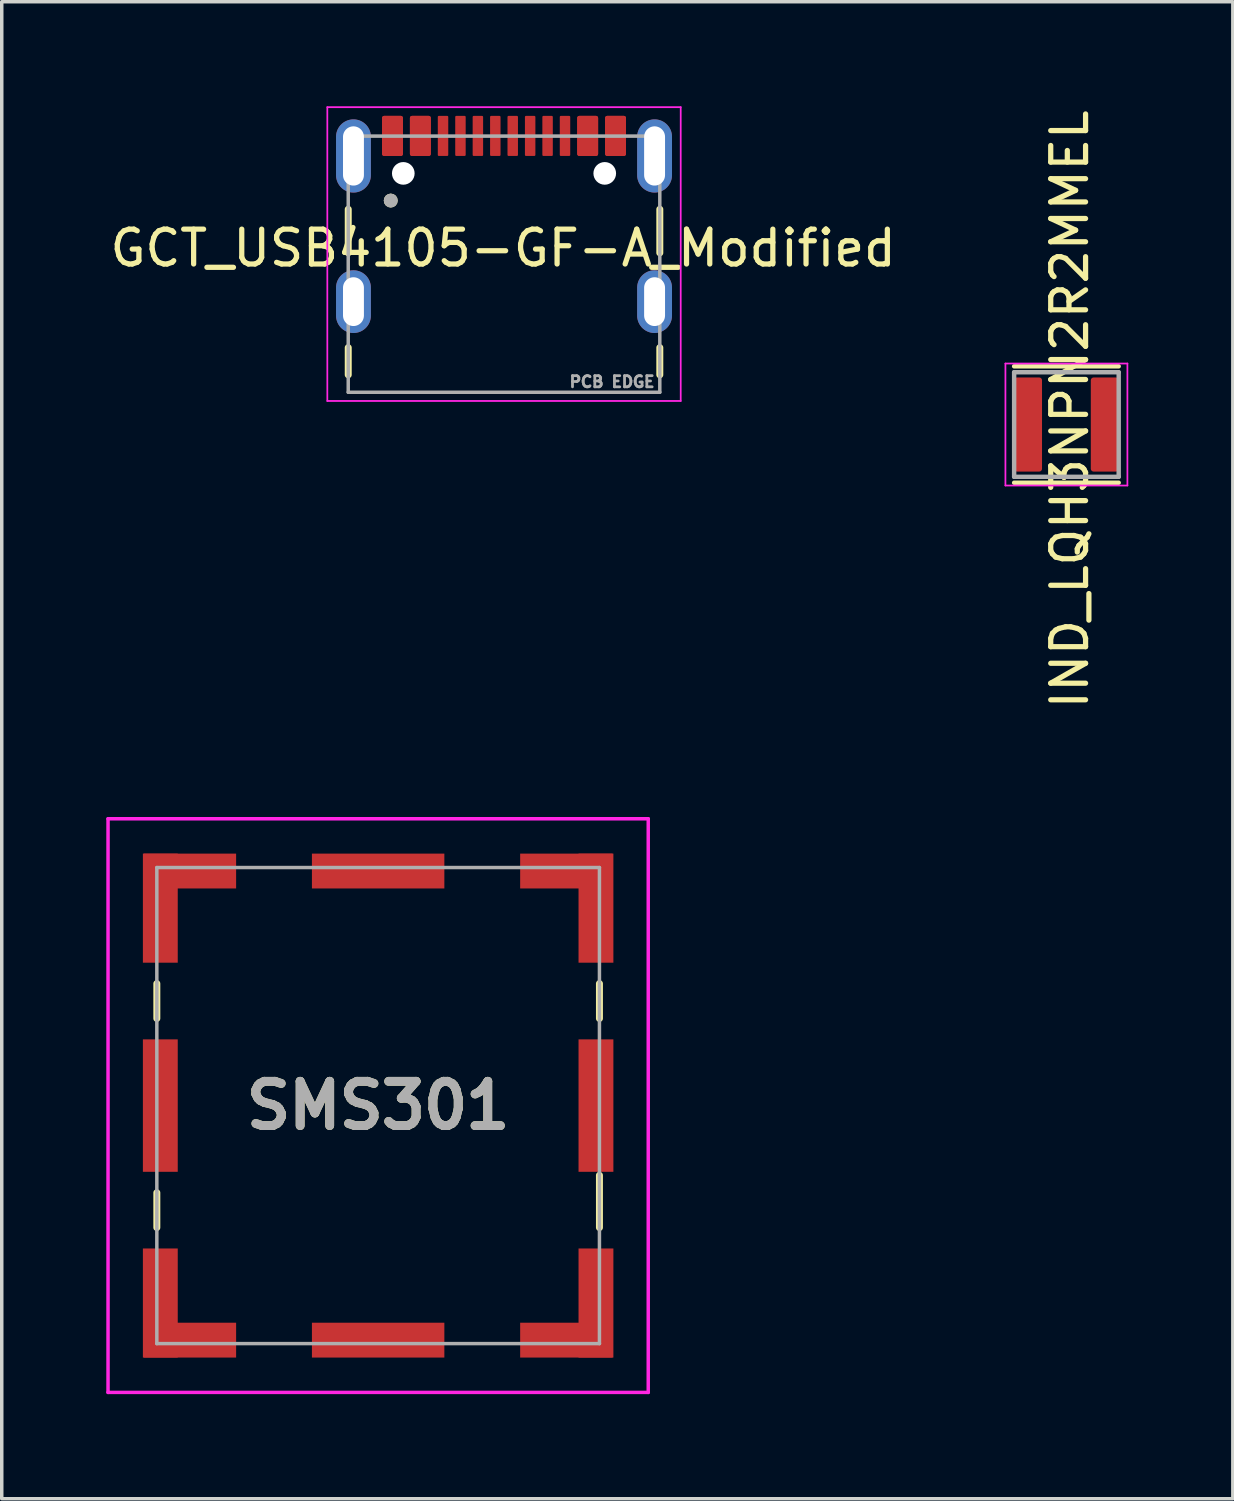
<source format=kicad_pcb>
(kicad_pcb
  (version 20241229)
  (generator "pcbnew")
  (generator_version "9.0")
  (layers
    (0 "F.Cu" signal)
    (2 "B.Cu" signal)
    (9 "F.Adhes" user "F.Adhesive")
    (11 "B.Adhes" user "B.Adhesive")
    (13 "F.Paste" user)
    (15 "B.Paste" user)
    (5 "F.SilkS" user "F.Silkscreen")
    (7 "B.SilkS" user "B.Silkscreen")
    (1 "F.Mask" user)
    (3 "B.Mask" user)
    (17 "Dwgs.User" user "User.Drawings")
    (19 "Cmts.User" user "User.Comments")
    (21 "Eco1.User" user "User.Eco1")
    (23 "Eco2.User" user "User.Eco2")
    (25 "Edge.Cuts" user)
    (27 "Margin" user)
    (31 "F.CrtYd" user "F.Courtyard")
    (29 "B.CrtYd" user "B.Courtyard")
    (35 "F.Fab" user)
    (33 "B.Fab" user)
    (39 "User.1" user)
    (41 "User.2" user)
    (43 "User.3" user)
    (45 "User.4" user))
  (footprint "GCT_USB4105-GF-A_Modified"
    (layer "F.Cu")
    (at 11.412 5.605)
    (property "Reference" "GCT_USB4105-GF-A_Modified" (at -0.025 -1.535 0) (layer "F.SilkS") (effects (font (size 1 1) (thickness 0.15))))
    (attr smd)
    (fp_line (start -4.47 -2.65) (end -4.47 -1.4) (stroke (width 0.2) (type solid)) (layer "F.SilkS"))
    (fp_line (start -4.47 1.32) (end -4.47 2.1) (stroke (width 0.2) (type solid)) (layer "F.SilkS"))
    (fp_line (start 4.47 -2.65) (end 4.47 -1.4) (stroke (width 0.2) (type solid)) (layer "F.SilkS"))
    (fp_line (start 4.47 2.1) (end 4.47 1.32) (stroke (width 0.2) (type solid)) (layer "F.SilkS"))
    (fp_circle (center -3.25 -2.9) (end -3.15 -2.9) (stroke (width 0.2) (type solid)) (fill no) (layer "F.SilkS"))
    (fp_line (start -5.07 -5.58) (end -5.07 2.85) (stroke (width 0.05) (type solid)) (layer "F.CrtYd"))
    (fp_line (start -5.07 2.85) (end 5.07 2.85) (stroke (width 0.05) (type solid)) (layer "F.CrtYd"))
    (fp_line (start 5.07 -5.58) (end -5.07 -5.58) (stroke (width 0.05) (type solid)) (layer "F.CrtYd"))
    (fp_line (start 5.07 2.85) (end 5.07 -5.58) (stroke (width 0.05) (type solid)) (layer "F.CrtYd"))
    (fp_line (start -4.47 -4.75) (end 4.47 -4.75) (stroke (width 0.1) (type solid)) (layer "F.Fab"))
    (fp_line (start -4.47 2.6) (end -4.47 -4.75) (stroke (width 0.1) (type solid)) (layer "F.Fab"))
    (fp_line (start 4.47 -4.75) (end 4.47 2.6) (stroke (width 0.1) (type solid)) (layer "F.Fab"))
    (fp_line (start 4.47 2.6) (end -4.47 2.6) (stroke (width 0.1) (type solid)) (layer "F.Fab"))
    (fp_circle (center -3.25 -2.9) (end -3.15 -2.9) (stroke (width 0.2) (type solid)) (fill no) (layer "F.Fab"))
    (fp_text user "PCB EDGE" (at 3.1 2.3 0) (layer "F.Fab") (effects (font (size 0.32 0.32) (thickness 0.15))))
    (pad "" np_thru_hole circle (at -2.89 -3.68) (size 0.65 0.65) (drill 0.65) (layers "*.Cu" "*.Mask"))
    (pad "" np_thru_hole circle (at 2.89 -3.68) (size 0.65 0.65) (drill 0.65) (layers "*.Cu" "*.Mask"))
    (pad "A1" smd roundrect (at -3.2 -4.755) (size 0.6 1.15) (layers "F.Cu" "F.Mask" "F.Paste") (roundrect_rratio 0.1))
    (pad "A4" smd roundrect (at -2.4 -4.755) (size 0.6 1.15) (layers "F.Cu" "F.Mask" "F.Paste") (roundrect_rratio 0.1))
    (pad "A5" smd roundrect (at -1.25 -4.755) (size 0.3 1.15) (layers "F.Cu" "F.Mask" "F.Paste") (roundrect_rratio 0.1))
    (pad "A6" smd roundrect (at -0.25 -4.755) (size 0.3 1.15) (layers "F.Cu" "F.Mask" "F.Paste") (roundrect_rratio 0.1))
    (pad "A7" smd roundrect (at 0.25 -4.755) (size 0.3 1.15) (layers "F.Cu" "F.Mask" "F.Paste") (roundrect_rratio 0.1))
    (pad "A8" smd roundrect (at 1.25 -4.755) (size 0.3 1.15) (layers "F.Cu" "F.Mask" "F.Paste") (roundrect_rratio 0.1))
    (pad "A9" smd roundrect (at 2.4 -4.755) (size 0.6 1.15) (layers "F.Cu" "F.Mask" "F.Paste") (roundrect_rratio 0.1))
    (pad "A12" smd roundrect (at 3.2 -4.755) (size 0.6 1.15) (layers "F.Cu" "F.Mask" "F.Paste") (roundrect_rratio 0.1))
    (pad "B1" smd roundrect (at 3.2 -4.755) (size 0.6 1.15) (layers "F.Cu" "F.Mask" "F.Paste") (roundrect_rratio 0.1))
    (pad "B4" smd roundrect (at 2.4 -4.755) (size 0.6 1.15) (layers "F.Cu" "F.Mask" "F.Paste") (roundrect_rratio 0.1))
    (pad "B5" smd roundrect (at 1.75 -4.755) (size 0.3 1.15) (layers "F.Cu" "F.Mask" "F.Paste") (roundrect_rratio 0.1))
    (pad "B6" smd roundrect (at 0.75 -4.755) (size 0.3 1.15) (layers "F.Cu" "F.Mask" "F.Paste") (roundrect_rratio 0.1))
    (pad "B7" smd roundrect (at -0.75 -4.755) (size 0.3 1.15) (layers "F.Cu" "F.Mask" "F.Paste") (roundrect_rratio 0.1))
    (pad "B8" smd roundrect (at -1.75 -4.755) (size 0.3 1.15) (layers "F.Cu" "F.Mask" "F.Paste") (roundrect_rratio 0.1))
    (pad "B9" smd roundrect (at -2.4 -4.755) (size 0.6 1.15) (layers "F.Cu" "F.Mask" "F.Paste") (roundrect_rratio 0.1))
    (pad "B12" smd roundrect (at -3.2 -4.755) (size 0.6 1.15) (layers "F.Cu" "F.Mask" "F.Paste") (roundrect_rratio 0.1))
    (pad "S1" thru_hole oval (at -4.32 -4.18) (size 1 2.1) (drill oval 0.6 1.7) (layers "*.Cu" "*.Mask"))
    (pad "S1" thru_hole oval (at -4.32 0) (size 1 1.8) (drill oval 0.6 1.4) (layers "*.Cu" "*.Mask"))
    (pad "S1" thru_hole oval (at 4.32 -4.18) (size 1 2.1) (drill oval 0.6 1.7) (layers "*.Cu" "*.Mask"))
    (pad "S1" thru_hole oval (at 4.32 0) (size 1 1.8) (drill oval 0.6 1.4) (layers "*.Cu" "*.Mask")))
  (footprint "SMS301"
    (layer "F.Cu")
    (at 7.8 28.673)
    (property "Reference" "SMS301" (at 0 0 0) (layer "F.SilkS") (effects (font (size 1.27 1.27) (thickness 0.254))))
    (attr smd)
    (fp_line (start -6.35 -3.5) (end -6.35 -2.5) (stroke (width 0.2) (type solid)) (layer "F.SilkS"))
    (fp_line (start -6.35 2.5) (end -6.35 3.5) (stroke (width 0.2) (type solid)) (layer "F.SilkS"))
    (fp_line (start 6.35 -3.5) (end 6.35 -2.5) (stroke (width 0.2) (type solid)) (layer "F.SilkS"))
    (fp_line (start 6.35 2) (end 6.35 3.5) (stroke (width 0.2) (type solid)) (layer "F.SilkS"))
    (fp_line (start -7.75 -8.23) (end 7.75 -8.23) (stroke (width 0.1) (type solid)) (layer "F.CrtYd"))
    (fp_line (start -7.75 8.23) (end -7.75 -8.23) (stroke (width 0.1) (type solid)) (layer "F.CrtYd"))
    (fp_line (start 7.75 -8.23) (end 7.75 8.23) (stroke (width 0.1) (type solid)) (layer "F.CrtYd"))
    (fp_line (start 7.75 8.23) (end -7.75 8.23) (stroke (width 0.1) (type solid)) (layer "F.CrtYd"))
    (fp_line (start -6.35 -6.83) (end 6.35 -6.83) (stroke (width 0.1) (type solid)) (layer "F.Fab"))
    (fp_line (start -6.35 6.83) (end -6.35 -6.83) (stroke (width 0.1) (type solid)) (layer "F.Fab"))
    (fp_line (start 6.35 -6.83) (end 6.35 6.83) (stroke (width 0.1) (type solid)) (layer "F.Fab"))
    (fp_line (start 6.35 6.83) (end -6.35 6.83) (stroke (width 0.1) (type solid)) (layer "F.Fab"))
    (fp_text user "${REFERENCE}" (at 0 0 0) (layer "F.Fab") (effects (font (size 1.27 1.27) (thickness 0.254))))
    (pad "1" smd rect (at -6.25 5.665) (size 1 3.13) (layers "F.Cu" "F.Mask" "F.Paste"))
    (pad "2" smd rect (at -5.4 6.73 90) (size 1 2.65) (layers "F.Cu" "F.Mask" "F.Paste"))
    (pad "3" smd rect (at 0 6.73 90) (size 1 3.8) (layers "F.Cu" "F.Mask" "F.Paste"))
    (pad "4" smd rect (at 5.4 6.73 90) (size 1 2.65) (layers "F.Cu" "F.Mask" "F.Paste"))
    (pad "5" smd rect (at 6.25 5.665) (size 1 3.13) (layers "F.Cu" "F.Mask" "F.Paste"))
    (pad "6" smd rect (at 6.25 0) (size 1 3.8) (layers "F.Cu" "F.Mask" "F.Paste"))
    (pad "7" smd rect (at 6.25 -5.665) (size 1 3.13) (layers "F.Cu" "F.Mask" "F.Paste"))
    (pad "8" smd rect (at 5.4 -6.73 90) (size 1 2.65) (layers "F.Cu" "F.Mask" "F.Paste"))
    (pad "9" smd rect (at 0 -6.73 90) (size 1 3.8) (layers "F.Cu" "F.Mask" "F.Paste"))
    (pad "10" smd rect (at -5.4 -6.73 90) (size 1 2.65) (layers "F.Cu" "F.Mask" "F.Paste"))
    (pad "11" smd rect (at -6.25 -5.665) (size 1 3.13) (layers "F.Cu" "F.Mask" "F.Paste"))
    (pad "12" smd rect (at -6.25 0) (size 1 3.8) (layers "F.Cu" "F.Mask" "F.Paste")))
  (footprint "IND_LQH3NPN2R2MMEL"
    (layer "F.Cu")
    (at 27.549 9.131)
    (property "Reference" "IND_LQH3NPN2R2MMEL" (at 0.095 -0.435 270) (layer "F.SilkS") (effects (font (size 1 1) (thickness 0.15))))
    (attr smd)
    (fp_line (start -1.5 -1.67) (end 1.5 -1.67) (stroke (width 0.127) (type solid)) (layer "F.SilkS"))
    (fp_line (start -1.5 1.67) (end 1.5 1.67) (stroke (width 0.127) (type solid)) (layer "F.SilkS"))
    (fp_line (start -1.75 -1.75) (end 1.75 -1.75) (stroke (width 0.05) (type solid)) (layer "F.CrtYd"))
    (fp_line (start -1.75 1.75) (end -1.75 -1.75) (stroke (width 0.05) (type solid)) (layer "F.CrtYd"))
    (fp_line (start 1.75 -1.75) (end 1.75 1.75) (stroke (width 0.05) (type solid)) (layer "F.CrtYd"))
    (fp_line (start 1.75 1.75) (end -1.75 1.75) (stroke (width 0.05) (type solid)) (layer "F.CrtYd"))
    (fp_line (start -1.5 -1.5) (end 1.5 -1.5) (stroke (width 0.127) (type solid)) (layer "F.Fab"))
    (fp_line (start -1.5 1.5) (end -1.5 -1.5) (stroke (width 0.127) (type solid)) (layer "F.Fab"))
    (fp_line (start 1.5 -1.5) (end 1.5 1.5) (stroke (width 0.127) (type solid)) (layer "F.Fab"))
    (fp_line (start 1.5 1.5) (end -1.5 1.5) (stroke (width 0.127) (type solid)) (layer "F.Fab"))
    (pad "1" smd roundrect (at -1.1 0) (size 0.8 2.7) (layers "F.Cu" "F.Mask" "F.Paste") (roundrect_rratio 0.1))
    (pad "2" smd roundrect (at 1.1 0) (size 0.8 2.7) (layers "F.Cu" "F.Mask" "F.Paste") (roundrect_rratio 0.1)))
  (gr_rect
    (start -3 -3)
    (end 32.324 39.953)
    (stroke (width 0.1) (type default))
    (fill no)
    (layer "Edge.Cuts")))
</source>
